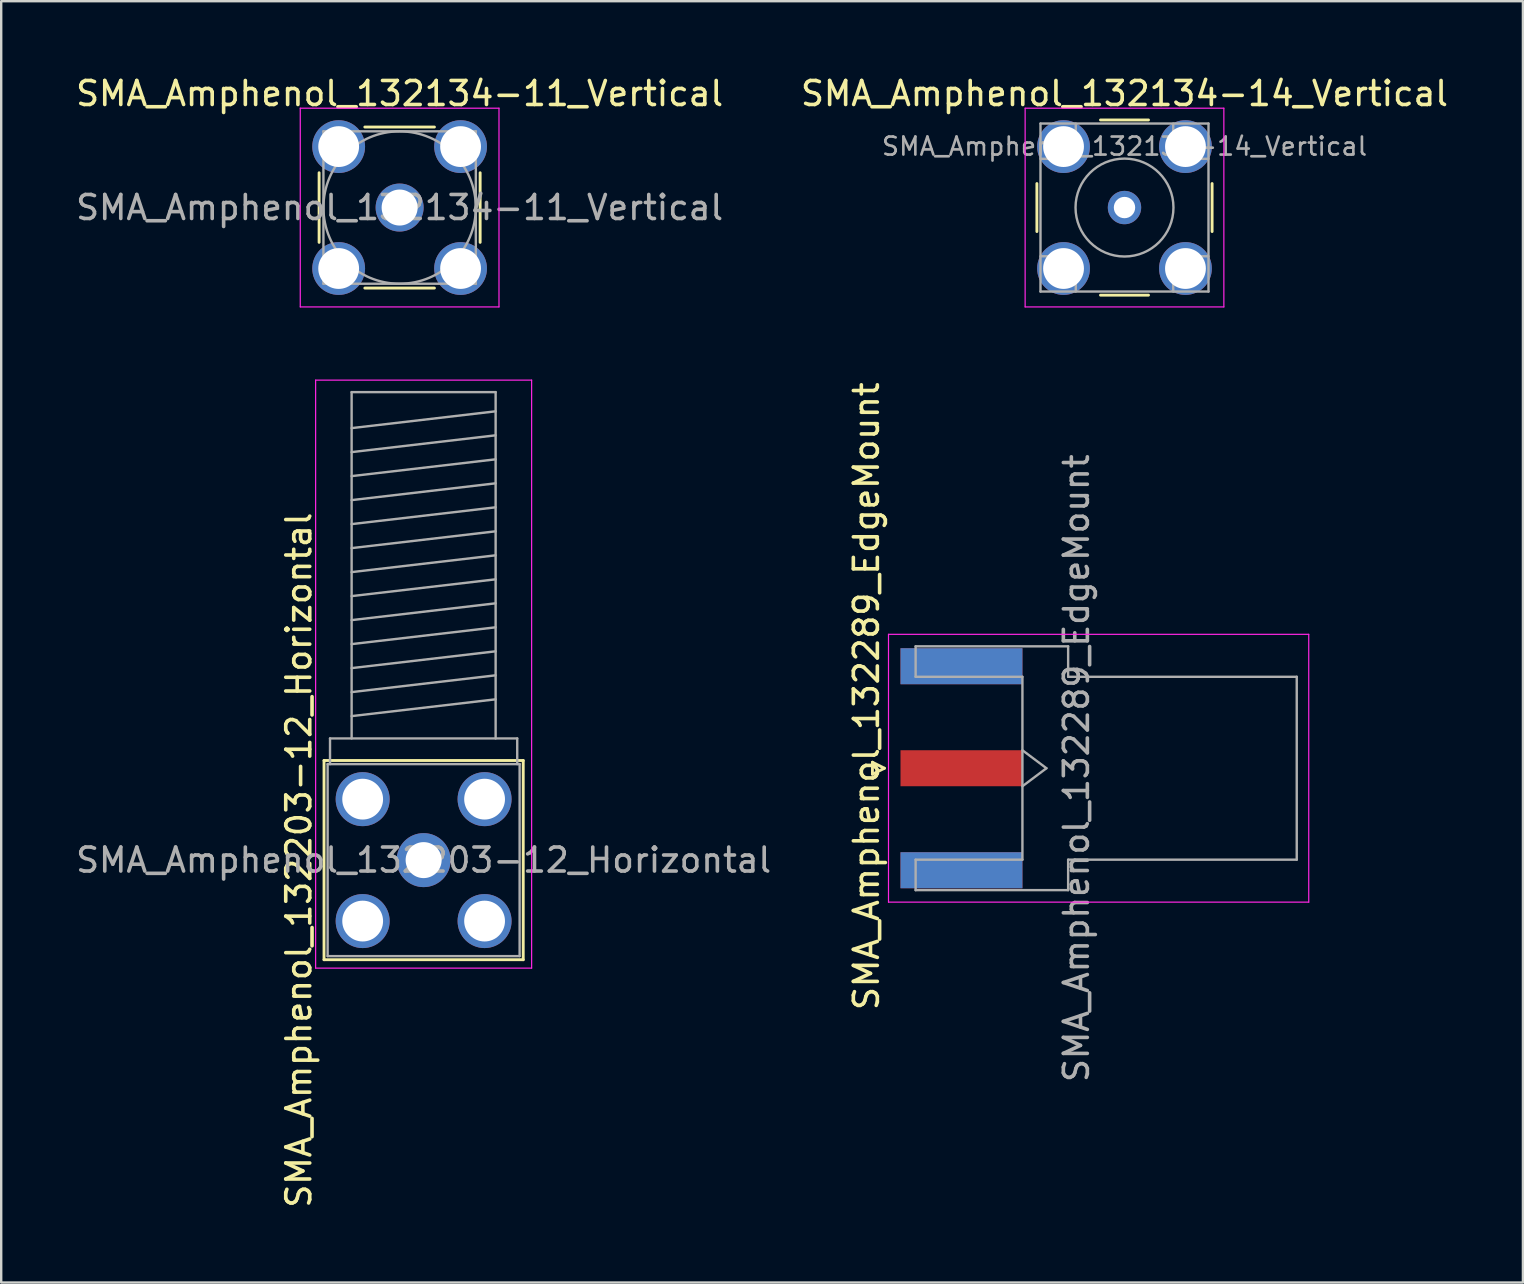
<source format=kicad_pcb>
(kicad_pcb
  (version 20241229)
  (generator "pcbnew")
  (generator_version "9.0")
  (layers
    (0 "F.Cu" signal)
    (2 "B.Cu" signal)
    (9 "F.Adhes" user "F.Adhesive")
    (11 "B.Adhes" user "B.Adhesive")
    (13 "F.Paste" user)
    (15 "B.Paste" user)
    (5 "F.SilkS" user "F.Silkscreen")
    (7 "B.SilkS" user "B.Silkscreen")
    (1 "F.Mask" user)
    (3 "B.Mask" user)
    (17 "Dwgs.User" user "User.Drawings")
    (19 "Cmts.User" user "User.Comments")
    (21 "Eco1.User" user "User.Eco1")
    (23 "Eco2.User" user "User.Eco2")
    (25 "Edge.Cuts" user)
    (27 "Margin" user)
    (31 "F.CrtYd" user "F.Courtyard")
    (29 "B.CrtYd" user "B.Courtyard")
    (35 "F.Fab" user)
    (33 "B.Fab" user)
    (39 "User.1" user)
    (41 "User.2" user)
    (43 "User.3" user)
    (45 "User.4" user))
  (footprint "SMA_Amphenol_132289_EdgeMount"
    (layer "F.Cu")
    (at 37.011 28.96)
    (property "Reference" "SMA_Amphenol_132289_EdgeMount" (at -3.96 -3 90) (layer "F.SilkS") (effects (font (size 1 1) (thickness 0.15))))
    (attr smd)
    (fp_line (start -3.71 -0.25) (end -3.71 0.25) (stroke (width 0.12) (type solid)) (layer "F.SilkS"))
    (fp_line (start -3.71 0.25) (end -3.21 0) (stroke (width 0.12) (type solid)) (layer "F.SilkS"))
    (fp_line (start -3.21 0) (end -3.71 -0.25) (stroke (width 0.12) (type solid)) (layer "F.SilkS"))
    (fp_line (start -3.04 5.58) (end -3.04 -5.58) (stroke (width 0.05) (type solid)) (layer "F.CrtYd"))
    (fp_line (start 14.47 -5.58) (end -3.04 -5.58) (stroke (width 0.05) (type solid)) (layer "F.CrtYd"))
    (fp_line (start 14.47 -5.58) (end 14.47 5.58) (stroke (width 0.05) (type solid)) (layer "F.CrtYd"))
    (fp_line (start 14.47 5.58) (end -3.04 5.58) (stroke (width 0.05) (type solid)) (layer "F.CrtYd"))
    (fp_line (start -1.91 -5.08) (end -1.91 -3.81) (stroke (width 0.1) (type solid)) (layer "F.Fab"))
    (fp_line (start -1.91 -5.08) (end 4.445 -5.08) (stroke (width 0.1) (type solid)) (layer "F.Fab"))
    (fp_line (start -1.91 -3.81) (end 2.54 -3.81) (stroke (width 0.1) (type solid)) (layer "F.Fab"))
    (fp_line (start -1.91 3.81) (end -1.91 5.08) (stroke (width 0.1) (type solid)) (layer "F.Fab"))
    (fp_line (start -1.91 5.08) (end 4.445 5.08) (stroke (width 0.1) (type solid)) (layer "F.Fab"))
    (fp_line (start 2.54 -3.81) (end 2.54 3.81) (stroke (width 0.1) (type solid)) (layer "F.Fab"))
    (fp_line (start 2.54 -0.75) (end 3.54 0) (stroke (width 0.1) (type solid)) (layer "F.Fab"))
    (fp_line (start 2.54 3.81) (end -1.91 3.81) (stroke (width 0.1) (type solid)) (layer "F.Fab"))
    (fp_line (start 3.54 0) (end 2.54 0.75) (stroke (width 0.1) (type solid)) (layer "F.Fab"))
    (fp_line (start 4.445 -3.81) (end 4.445 -5.08) (stroke (width 0.1) (type solid)) (layer "F.Fab"))
    (fp_line (start 4.445 -3.81) (end 13.97 -3.81) (stroke (width 0.1) (type solid)) (layer "F.Fab"))
    (fp_line (start 4.445 5.08) (end 4.445 3.81) (stroke (width 0.1) (type solid)) (layer "F.Fab"))
    (fp_line (start 13.97 -3.81) (end 13.97 3.81) (stroke (width 0.1) (type solid)) (layer "F.Fab"))
    (fp_line (start 13.97 3.81) (end 4.445 3.81) (stroke (width 0.1) (type solid)) (layer "F.Fab"))
    (fp_text user "${REFERENCE}" (at 4.79 0 270) (layer "F.Fab") (effects (font (size 1 1) (thickness 0.15))))
    (pad "1" smd rect (at 0 0 90) (size 1.5 5.08) (layers "F.Cu" "F.Mask" "F.Paste"))
    (pad "2" smd rect (at 0 -4.25 90) (size 1.5 5.08) (layers "F.Cu" "F.Mask" "F.Paste"))
    (pad "2" smd rect (at 0 -4.25 90) (size 1.5 5.08) (layers "B.Cu" "B.Mask" "B.Paste"))
    (pad "2" smd rect (at 0 4.25 90) (size 1.5 5.08) (layers "F.Cu" "F.Mask" "F.Paste"))
    (pad "2" smd rect (at 0 4.25 90) (size 1.5 5.08) (layers "B.Cu" "B.Mask" "B.Paste")))
  (footprint "SMA_Amphenol_132134-11_Vertical"
    (layer "F.Cu")
    (at 13.601 5.598)
    (property "Reference" "SMA_Amphenol_132134-11_Vertical" (at 0 -4.75 0) (layer "F.SilkS") (effects (font (size 1 1) (thickness 0.15))))
    (attr through_hole)
    (fp_line (start -3.355 -1.45) (end -3.355 1.45) (stroke (width 0.12) (type solid)) (layer "F.SilkS"))
    (fp_line (start -1.45 -3.355) (end 1.45 -3.355) (stroke (width 0.12) (type solid)) (layer "F.SilkS"))
    (fp_line (start -1.45 3.355) (end 1.45 3.355) (stroke (width 0.12) (type solid)) (layer "F.SilkS"))
    (fp_line (start 3.355 -1.45) (end 3.355 1.45) (stroke (width 0.12) (type solid)) (layer "F.SilkS"))
    (fp_line (start -4.14 -4.14) (end -4.14 4.14) (stroke (width 0.05) (type solid)) (layer "F.CrtYd"))
    (fp_line (start -4.14 -4.14) (end 4.14 -4.14) (stroke (width 0.05) (type solid)) (layer "F.CrtYd"))
    (fp_line (start 4.14 4.14) (end -4.14 4.14) (stroke (width 0.05) (type solid)) (layer "F.CrtYd"))
    (fp_line (start 4.14 4.14) (end 4.14 -4.14) (stroke (width 0.05) (type solid)) (layer "F.CrtYd"))
    (fp_line (start -3.175 -3.175) (end -3.175 3.175) (stroke (width 0.1) (type solid)) (layer "F.Fab"))
    (fp_line (start -3.175 -3.175) (end 3.175 -3.175) (stroke (width 0.1) (type solid)) (layer "F.Fab"))
    (fp_line (start -3.175 3.175) (end 3.175 3.175) (stroke (width 0.1) (type solid)) (layer "F.Fab"))
    (fp_line (start 3.175 -3.175) (end 3.175 3.175) (stroke (width 0.1) (type solid)) (layer "F.Fab"))
    (fp_circle (center 0 0) (end 3.175 0) (stroke (width 0.1) (type solid)) (fill no) (layer "F.Fab"))
    (fp_text user "${REFERENCE}" (at 0 0 0) (layer "F.Fab") (effects (font (size 1 1) (thickness 0.15))))
    (pad "1" thru_hole circle (at 0 0) (size 2 2) (drill 1.5) (layers "*.Cu" "*.Mask"))
    (pad "2" thru_hole circle (at -2.54 -2.54) (size 2.2 2.2) (drill 1.7) (layers "*.Cu" "*.Mask"))
    (pad "2" thru_hole circle (at -2.54 2.54) (size 2.2 2.2) (drill 1.7) (layers "*.Cu" "*.Mask"))
    (pad "2" thru_hole circle (at 2.54 -2.54) (size 2.2 2.2) (drill 1.7) (layers "*.Cu" "*.Mask"))
    (pad "2" thru_hole circle (at 2.54 2.54) (size 2.2 2.2) (drill 1.7) (layers "*.Cu" "*.Mask")))
  (footprint "SMA_Amphenol_132203-12_Horizontal"
    (layer "F.Cu")
    (at 14.601 32.788)
    (property "Reference" "SMA_Amphenol_132203-12_Horizontal" (at -5.2 0 90) (layer "F.SilkS") (effects (font (size 1 1) (thickness 0.15))))
    (attr through_hole)
    (fp_line (start -4.15 -4.15) (end -4.15 4.15) (stroke (width 0.12) (type solid)) (layer "F.SilkS"))
    (fp_line (start -4.15 -4.15) (end 4.15 -4.15) (stroke (width 0.12) (type solid)) (layer "F.SilkS"))
    (fp_line (start -4.15 4.15) (end 4.15 4.15) (stroke (width 0.12) (type solid)) (layer "F.SilkS"))
    (fp_line (start 4.15 -4.15) (end 4.15 4.15) (stroke (width 0.12) (type solid)) (layer "F.SilkS"))
    (fp_line (start -4.5 -20) (end -4.5 4.5) (stroke (width 0.05) (type solid)) (layer "F.CrtYd"))
    (fp_line (start -4.5 -20) (end 4.5 -20) (stroke (width 0.05) (type solid)) (layer "F.CrtYd"))
    (fp_line (start 4.5 4.5) (end -4.5 4.5) (stroke (width 0.05) (type solid)) (layer "F.CrtYd"))
    (fp_line (start 4.5 4.5) (end 4.5 -20) (stroke (width 0.05) (type solid)) (layer "F.CrtYd"))
    (fp_line (start -4 -4) (end -4 4) (stroke (width 0.1) (type solid)) (layer "F.Fab"))
    (fp_line (start -4 -4) (end 4 -4) (stroke (width 0.1) (type solid)) (layer "F.Fab"))
    (fp_line (start -4 4) (end 4 4) (stroke (width 0.1) (type solid)) (layer "F.Fab"))
    (fp_line (start -3.9 -5.07) (end -3.9 -4) (stroke (width 0.1) (type solid)) (layer "F.Fab"))
    (fp_line (start -3 -19.5) (end -3 -5.07) (stroke (width 0.1) (type solid)) (layer "F.Fab"))
    (fp_line (start -3 -19.5) (end 3 -19.5) (stroke (width 0.1) (type solid)) (layer "F.Fab"))
    (fp_line (start -3 -18) (end 3 -18.7) (stroke (width 0.1) (type solid)) (layer "F.Fab"))
    (fp_line (start -3 -17) (end 3 -17.7) (stroke (width 0.1) (type solid)) (layer "F.Fab"))
    (fp_line (start -3 -16) (end 3 -16.7) (stroke (width 0.1) (type solid)) (layer "F.Fab"))
    (fp_line (start -3 -15) (end 3 -15.7) (stroke (width 0.1) (type solid)) (layer "F.Fab"))
    (fp_line (start -3 -14) (end 3 -14.7) (stroke (width 0.1) (type solid)) (layer "F.Fab"))
    (fp_line (start -3 -13) (end 3 -13.7) (stroke (width 0.1) (type solid)) (layer "F.Fab"))
    (fp_line (start -3 -12) (end 3 -12.7) (stroke (width 0.1) (type solid)) (layer "F.Fab"))
    (fp_line (start -3 -11) (end 3 -11.7) (stroke (width 0.1) (type solid)) (layer "F.Fab"))
    (fp_line (start -3 -10) (end 3 -10.7) (stroke (width 0.1) (type solid)) (layer "F.Fab"))
    (fp_line (start -3 -9) (end 3 -9.7) (stroke (width 0.1) (type solid)) (layer "F.Fab"))
    (fp_line (start -3 -8) (end 3 -8.7) (stroke (width 0.1) (type solid)) (layer "F.Fab"))
    (fp_line (start -3 -7) (end 3 -7.7) (stroke (width 0.1) (type solid)) (layer "F.Fab"))
    (fp_line (start -3 -6) (end 3 -6.7) (stroke (width 0.1) (type solid)) (layer "F.Fab"))
    (fp_line (start 3 -19.5) (end 3 -5.07) (stroke (width 0.1) (type solid)) (layer "F.Fab"))
    (fp_line (start 3.9 -5.07) (end -3.9 -5.07) (stroke (width 0.1) (type solid)) (layer "F.Fab"))
    (fp_line (start 3.9 -4) (end 3.9 -5.07) (stroke (width 0.1) (type solid)) (layer "F.Fab"))
    (fp_line (start 4 -4) (end 4 4) (stroke (width 0.1) (type solid)) (layer "F.Fab"))
    (fp_text user "${REFERENCE}" (at 0 0 0) (layer "F.Fab") (effects (font (size 1 1) (thickness 0.15))))
    (pad "1" thru_hole circle (at 0 0) (size 2.25 2.25) (drill 1.5) (layers "*.Cu" "*.Mask"))
    (pad "2" thru_hole circle (at -2.54 -2.54) (size 2.25 2.25) (drill 1.7) (layers "*.Cu" "*.Mask"))
    (pad "2" thru_hole circle (at -2.54 2.54) (size 2.25 2.25) (drill 1.7) (layers "*.Cu" "*.Mask"))
    (pad "2" thru_hole circle (at 2.54 -2.54) (size 2.25 2.25) (drill 1.7) (layers "*.Cu" "*.Mask"))
    (pad "2" thru_hole circle (at 2.54 2.54 90) (size 2.25 2.25) (drill 1.7) (layers "*.Cu" "*.Mask")))
  (footprint "SMA_Amphenol_132134-14_Vertical"
    (layer "F.Cu")
    (at 43.804 5.598)
    (property "Reference" "SMA_Amphenol_132134-14_Vertical" (at 0 -4.75 0) (layer "F.SilkS") (effects (font (size 1 1) (thickness 0.15))))
    (attr through_hole)
    (fp_line (start -3.65 -1) (end -3.65 1) (stroke (width 0.12) (type solid)) (layer "F.SilkS"))
    (fp_line (start -1 -3.65) (end 1 -3.65) (stroke (width 0.12) (type solid)) (layer "F.SilkS"))
    (fp_line (start -1 3.65) (end 1 3.65) (stroke (width 0.12) (type solid)) (layer "F.SilkS"))
    (fp_line (start 3.65 -1) (end 3.65 1) (stroke (width 0.12) (type solid)) (layer "F.SilkS"))
    (fp_line (start -4.14 -4.14) (end -4.14 4.14) (stroke (width 0.05) (type solid)) (layer "F.CrtYd"))
    (fp_line (start -4.14 -4.14) (end 4.14 -4.14) (stroke (width 0.05) (type solid)) (layer "F.CrtYd"))
    (fp_line (start 4.14 4.14) (end -4.14 4.14) (stroke (width 0.05) (type solid)) (layer "F.CrtYd"))
    (fp_line (start 4.14 4.14) (end 4.14 -4.14) (stroke (width 0.05) (type solid)) (layer "F.CrtYd"))
    (fp_line (start -3.5 -3.5) (end -3.5 3.5) (stroke (width 0.1) (type solid)) (layer "F.Fab"))
    (fp_line (start -3.5 -3.5) (end 3.5 -3.5) (stroke (width 0.1) (type solid)) (layer "F.Fab"))
    (fp_line (start -3.5 2.03) (end -2.03 2.03) (stroke (width 0.1) (type solid)) (layer "F.Fab"))
    (fp_line (start -3.5 3.5) (end 3.5 3.5) (stroke (width 0.1) (type solid)) (layer "F.Fab"))
    (fp_line (start -3.05 -3.05) (end -3.05 -2.03) (stroke (width 0.1) (type solid)) (layer "F.Fab"))
    (fp_line (start -3.05 -3.05) (end -2.03 -3.05) (stroke (width 0.1) (type solid)) (layer "F.Fab"))
    (fp_line (start -3.05 3.05) (end -3.05 2.03) (stroke (width 0.1) (type solid)) (layer "F.Fab"))
    (fp_line (start -3.05 3.05) (end -2.03 3.05) (stroke (width 0.1) (type solid)) (layer "F.Fab"))
    (fp_line (start -2.03 -3.5) (end -2.03 -2.03) (stroke (width 0.1) (type solid)) (layer "F.Fab"))
    (fp_line (start -2.03 -2.03) (end -3.5 -2.03) (stroke (width 0.1) (type solid)) (layer "F.Fab"))
    (fp_line (start -2.03 2.03) (end -2.03 3.5) (stroke (width 0.1) (type solid)) (layer "F.Fab"))
    (fp_line (start 2.03 -3.5) (end 2.03 -2.03) (stroke (width 0.1) (type solid)) (layer "F.Fab"))
    (fp_line (start 2.03 -3.05) (end 3.05 -3.05) (stroke (width 0.1) (type solid)) (layer "F.Fab"))
    (fp_line (start 2.03 -2.03) (end 3.5 -2.03) (stroke (width 0.1) (type solid)) (layer "F.Fab"))
    (fp_line (start 2.03 2.03) (end 2.03 3.5) (stroke (width 0.1) (type solid)) (layer "F.Fab"))
    (fp_line (start 2.03 3.05) (end 3.05 3.05) (stroke (width 0.1) (type solid)) (layer "F.Fab"))
    (fp_line (start 3.05 -3.05) (end 3.05 -2.03) (stroke (width 0.1) (type solid)) (layer "F.Fab"))
    (fp_line (start 3.05 2.03) (end 3.05 3.05) (stroke (width 0.1) (type solid)) (layer "F.Fab"))
    (fp_line (start 3.5 -3.5) (end 3.5 3.5) (stroke (width 0.1) (type solid)) (layer "F.Fab"))
    (fp_line (start 3.5 2.03) (end 2.03 2.03) (stroke (width 0.1) (type solid)) (layer "F.Fab"))
    (fp_circle (center 0 0) (end 0.305 0) (stroke (width 0.1) (type solid)) (fill no) (layer "F.Fab"))
    (fp_circle (center 0 0) (end 2.04 0) (stroke (width 0.1) (type solid)) (fill no) (layer "F.Fab"))
    (fp_text user "${REFERENCE}" (at 0 -2.55 0) (layer "F.Fab") (effects (font (size 0.75 0.75) (thickness 0.11))))
    (pad "1" thru_hole circle (at 0 0) (size 1.39 1.39) (drill 0.89) (layers "*.Cu" "*.Mask"))
    (pad "2" thru_hole circle (at -2.54 -2.54) (size 2.2 2.2) (drill 1.7) (layers "*.Cu" "*.Mask"))
    (pad "2" thru_hole circle (at -2.54 2.54) (size 2.2 2.2) (drill 1.7) (layers "*.Cu" "*.Mask"))
    (pad "2" thru_hole circle (at 2.54 -2.54) (size 2.2 2.2) (drill 1.7) (layers "*.Cu" "*.Mask"))
    (pad "2" thru_hole circle (at 2.54 2.54) (size 2.2 2.2) (drill 1.7) (layers "*.Cu" "*.Mask")))
  (gr_rect
    (start -3 -3)
    (end 60.405 50.389)
    (stroke (width 0.1) (type default))
    (fill no)
    (layer "Edge.Cuts")))
</source>
